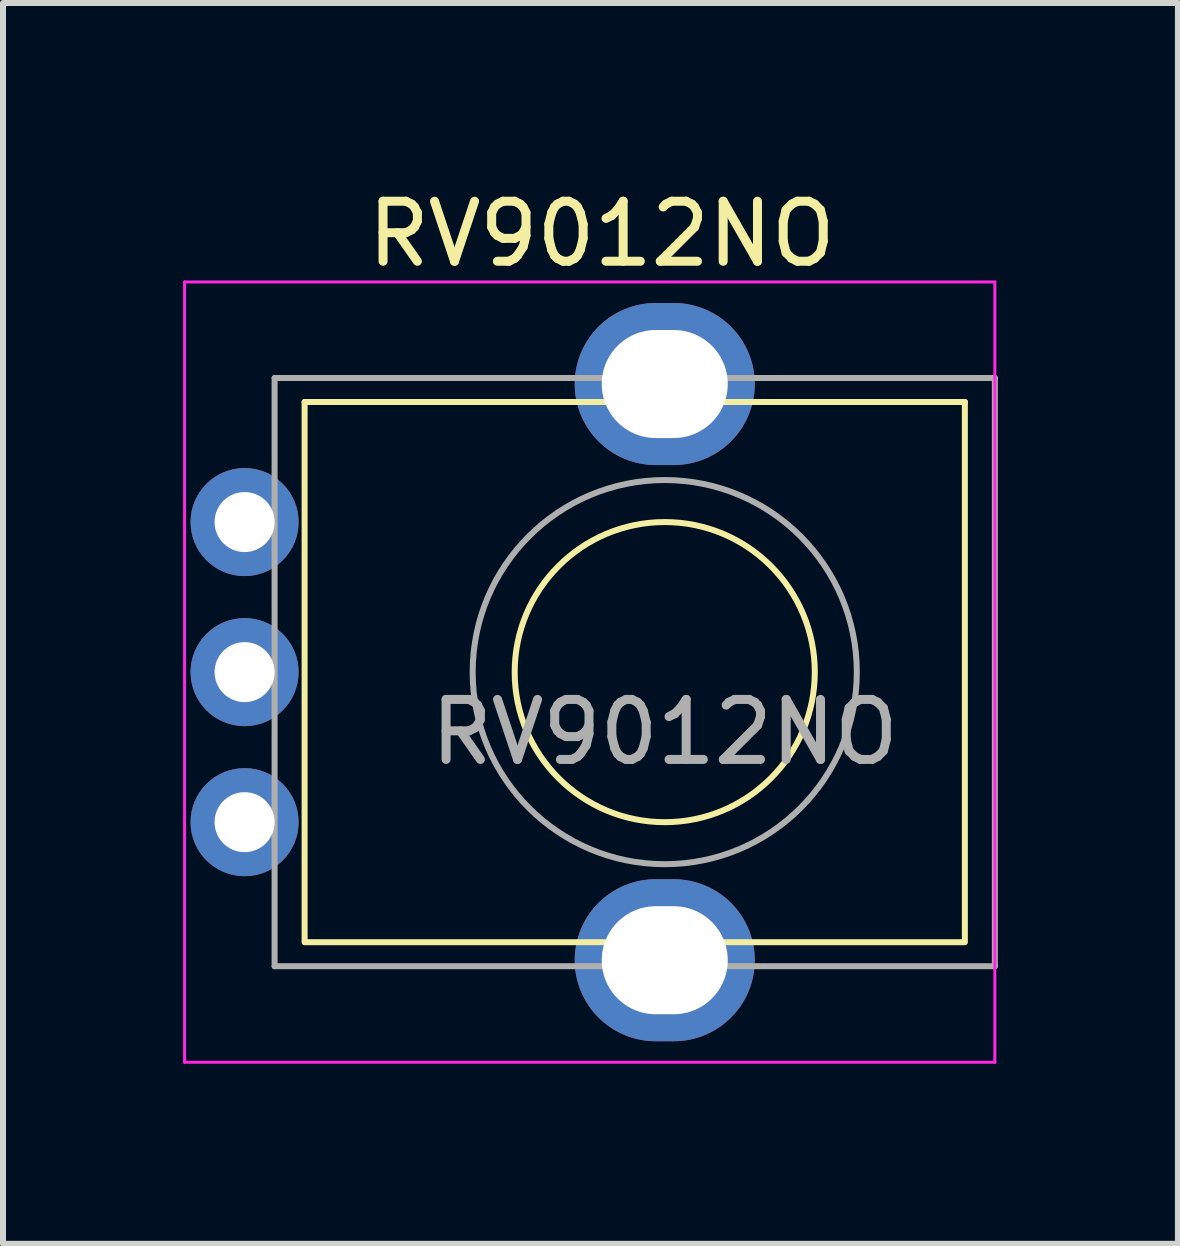
<source format=kicad_pcb>
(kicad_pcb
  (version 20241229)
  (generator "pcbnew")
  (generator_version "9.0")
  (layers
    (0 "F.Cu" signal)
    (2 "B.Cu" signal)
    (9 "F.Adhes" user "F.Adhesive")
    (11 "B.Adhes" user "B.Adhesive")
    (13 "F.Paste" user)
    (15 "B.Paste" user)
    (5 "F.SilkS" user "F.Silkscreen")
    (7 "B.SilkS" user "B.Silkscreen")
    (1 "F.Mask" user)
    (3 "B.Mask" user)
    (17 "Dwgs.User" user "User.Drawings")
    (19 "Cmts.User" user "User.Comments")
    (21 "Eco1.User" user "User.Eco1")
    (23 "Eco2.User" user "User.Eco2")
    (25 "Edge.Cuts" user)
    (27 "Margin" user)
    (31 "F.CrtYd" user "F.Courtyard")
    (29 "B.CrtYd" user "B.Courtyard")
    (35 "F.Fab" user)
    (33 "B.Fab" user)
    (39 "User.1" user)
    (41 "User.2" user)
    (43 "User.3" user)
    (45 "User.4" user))
  (footprint "RV9012NO"
    (layer "F.Cu")
    (at 8.025 8.148)
    (property "Reference" "RV9012NO" (at -1.05 -7.3 0) (layer "F.SilkS") (effects (font (size 1 1) (thickness 0.15))))
    (attr through_hole)
    (fp_rect (start -6 -4.5) (end 5 -4.5) (stroke (width 0.1) (type default)) (fill no) (layer "F.SilkS"))
    (fp_rect (start -6 -4.5) (end 5 4.5) (stroke (width 0.1) (type default)) (fill no) (layer "F.SilkS"))
    (fp_circle (center 0 0) (end 2.5 0) (stroke (width 0.1) (type default)) (fill no) (layer "F.SilkS"))
    (fp_line (start -8 -6.5) (end -8 6.5) (stroke (width 0.05) (type solid)) (layer "F.CrtYd"))
    (fp_line (start -8 6.5) (end 5.5 6.5) (stroke (width 0.05) (type solid)) (layer "F.CrtYd"))
    (fp_line (start 5.5 -6.5) (end -8 -6.5) (stroke (width 0.05) (type solid)) (layer "F.CrtYd"))
    (fp_line (start 5.5 6.5) (end 5.5 -6.5) (stroke (width 0.05) (type solid)) (layer "F.CrtYd"))
    (fp_line (start -6.5 -4.9) (end 5.5 -4.9) (stroke (width 0.1) (type solid)) (layer "F.Fab"))
    (fp_line (start -6.5 4.9) (end -6.5 -4.9) (stroke (width 0.1) (type solid)) (layer "F.Fab"))
    (fp_line (start -6.5 4.9) (end 5.5 4.9) (stroke (width 0.1) (type solid)) (layer "F.Fab"))
    (fp_line (start 5.5 4.9) (end 5.5 -4.9) (stroke (width 0.1) (type solid)) (layer "F.Fab"))
    (fp_circle (center 0 0) (end 3.2 0) (stroke (width 0.1) (type solid)) (fill no) (layer "F.Fab"))
    (fp_text user "${REFERENCE}" (at 0 1 180) (layer "F.Fab") (effects (font (size 1 1) (thickness 0.15))))
    (pad "" thru_hole oval (at 0 -4.8 90) (size 2.7 3) (drill oval 1.8 2.1) (layers "*.Cu" "*.Mask"))
    (pad "" thru_hole oval (at 0 4.8 90) (size 2.7 3) (drill oval 1.8 2.1) (layers "*.Cu" "*.Mask"))
    (pad "1" thru_hole circle (at -7 -2.5 90) (size 1.8 1.8) (drill 1) (layers "*.Cu" "*.Mask"))
    (pad "2" thru_hole circle (at -7 0 90) (size 1.8 1.8) (drill 1) (layers "*.Cu" "*.Mask"))
    (pad "3" thru_hole circle (at -7 2.5 90) (size 1.8 1.8) (drill 1) (layers "*.Cu" "*.Mask")))
  (gr_rect
    (start -3 -3)
    (end 16.575 17.673)
    (stroke (width 0.1) (type default))
    (fill no)
    (layer "Edge.Cuts")))
</source>
